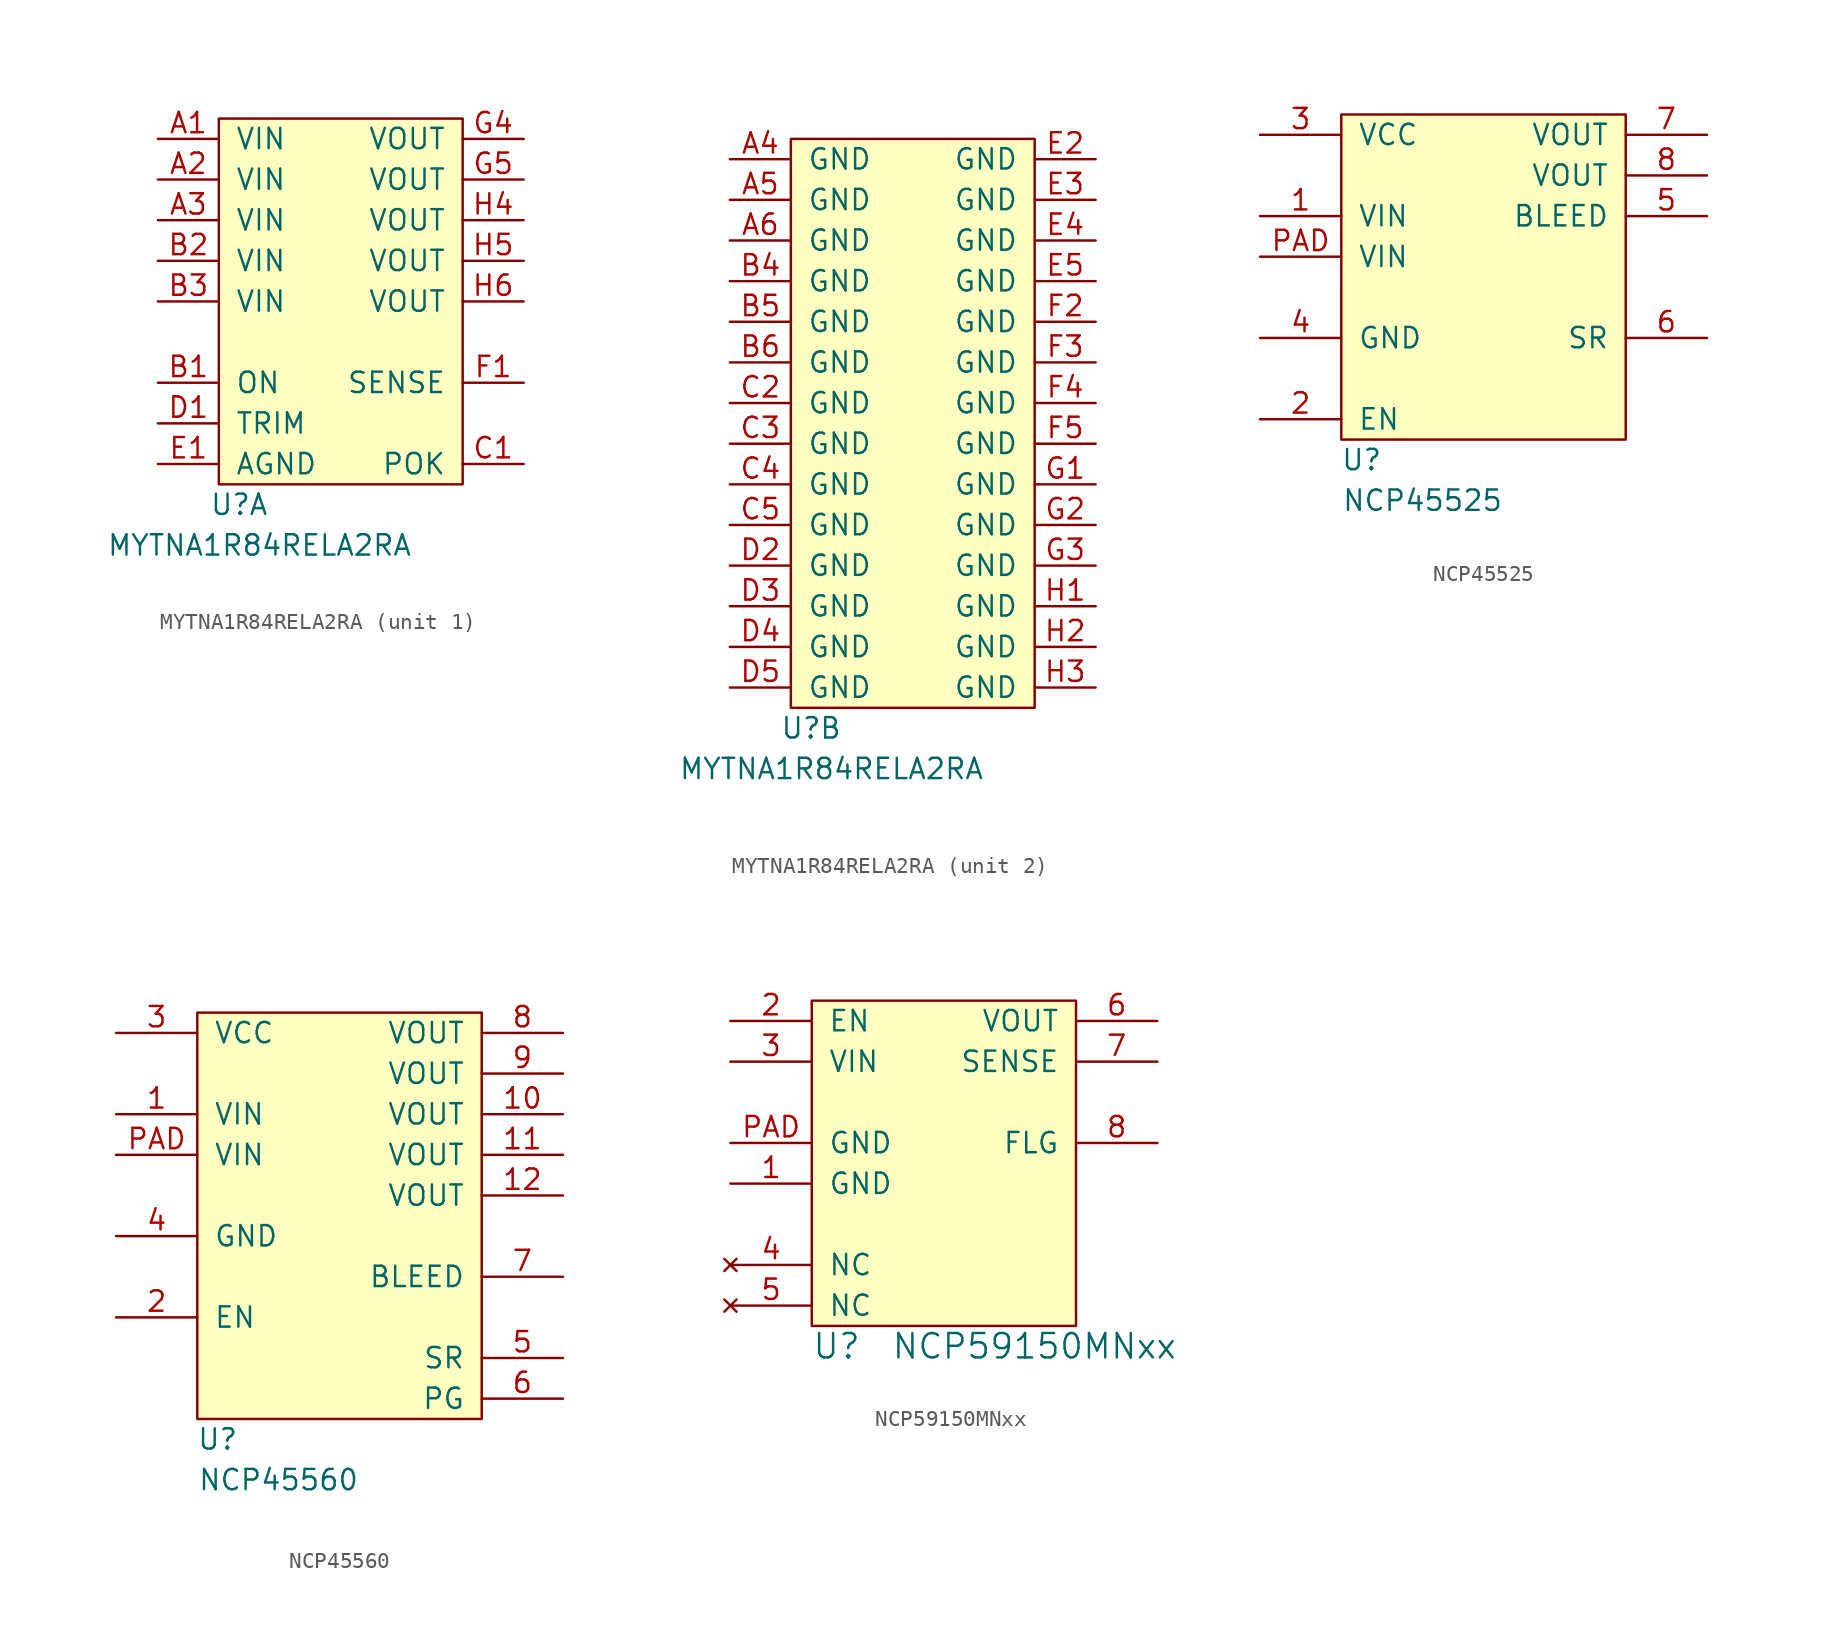
<source format=kicad_sym>
(kicad_symbol_lib
  (version 20231120)
  (generator "kicad_symbol_editor")
  (generator_version "8.0")
  (symbol "MYTNA1R84RELA2RA"
    (pin_names
      (offset 1.016))
    (property "Reference" "U"
      (at 1.27 -1.27 0)
      (effects (font (size 1.27 1.27))))
    (property "Value" "MYTNA1R84RELA2RA"
      (at 2.54 -3.81 0)
      (effects (font (size 1.27 1.27))))
    (property "ki_locked" ""
      (at 0 0 0)
      (effects (font (size 1.27 1.27))))
    (symbol "MYTNA1R84RELA2RA_1_1"
      (rectangle (start 0 22.86) (end 15.24 0) (stroke (width 0) (type default)) (fill (type background)))
      (pin power_in line (at -3.81 21.59 0) (length 3.81) (name "VIN" (effects (font (size 1.27 1.27)))) (number "A1" (effects (font (size 1.27 1.27)))))
      (pin power_in line (at -3.81 19.05 0) (length 3.81) (name "VIN" (effects (font (size 1.27 1.27)))) (number "A2" (effects (font (size 1.27 1.27)))))
      (pin power_in line (at -3.81 16.51 0) (length 3.81) (name "VIN" (effects (font (size 1.27 1.27)))) (number "A3" (effects (font (size 1.27 1.27)))))
      (pin input line (at -3.81 6.35 0) (length 3.81) (name "ON" (effects (font (size 1.27 1.27)))) (number "B1" (effects (font (size 1.27 1.27)))))
      (pin power_in line (at -3.81 13.97 0) (length 3.81) (name "VIN" (effects (font (size 1.27 1.27)))) (number "B2" (effects (font (size 1.27 1.27)))))
      (pin power_in line (at -3.81 11.43 0) (length 3.81) (name "VIN" (effects (font (size 1.27 1.27)))) (number "B3" (effects (font (size 1.27 1.27)))))
      (pin open_collector line (at 19.05 1.27 180) (length 3.81) (name "POK" (effects (font (size 1.27 1.27)))) (number "C1" (effects (font (size 1.27 1.27)))))
      (pin passive line (at -3.81 3.81 0) (length 3.81) (name "TRIM" (effects (font (size 1.27 1.27)))) (number "D1" (effects (font (size 1.27 1.27)))))
      (pin passive line (at -3.81 1.27 0) (length 3.81) (name "AGND" (effects (font (size 1.27 1.27)))) (number "E1" (effects (font (size 1.27 1.27)))))
      (pin input line (at 19.05 6.35 180) (length 3.81) (name "SENSE" (effects (font (size 1.27 1.27)))) (number "F1" (effects (font (size 1.27 1.27)))))
      (pin power_out line (at 19.05 21.59 180) (length 3.81) (name "VOUT" (effects (font (size 1.27 1.27)))) (number "G4" (effects (font (size 1.27 1.27)))))
      (pin power_in line (at 19.05 19.05 180) (length 3.81) (name "VOUT" (effects (font (size 1.27 1.27)))) (number "G5" (effects (font (size 1.27 1.27)))))
      (pin power_in line (at 19.05 16.51 180) (length 3.81) (name "VOUT" (effects (font (size 1.27 1.27)))) (number "H4" (effects (font (size 1.27 1.27)))))
      (pin power_in line (at 19.05 13.97 180) (length 3.81) (name "VOUT" (effects (font (size 1.27 1.27)))) (number "H5" (effects (font (size 1.27 1.27)))))
      (pin power_in line (at 19.05 11.43 180) (length 3.81) (name "VOUT" (effects (font (size 1.27 1.27)))) (number "H6" (effects (font (size 1.27 1.27))))))
    (symbol "MYTNA1R84RELA2RA_2_1"
      (rectangle (start 0 35.56) (end 15.24 0) (stroke (width 0) (type default)) (fill (type background)))
      (pin power_in line (at -3.81 34.29 0) (length 3.81) (name "GND" (effects (font (size 1.27 1.27)))) (number "A4" (effects (font (size 1.27 1.27)))))
      (pin power_in line (at -3.81 31.75 0) (length 3.81) (name "GND" (effects (font (size 1.27 1.27)))) (number "A5" (effects (font (size 1.27 1.27)))))
      (pin power_in line (at -3.81 29.21 0) (length 3.81) (name "GND" (effects (font (size 1.27 1.27)))) (number "A6" (effects (font (size 1.27 1.27)))))
      (pin power_in line (at -3.81 26.67 0) (length 3.81) (name "GND" (effects (font (size 1.27 1.27)))) (number "B4" (effects (font (size 1.27 1.27)))))
      (pin power_in line (at -3.81 24.13 0) (length 3.81) (name "GND" (effects (font (size 1.27 1.27)))) (number "B5" (effects (font (size 1.27 1.27)))))
      (pin power_in line (at -3.81 21.59 0) (length 3.81) (name "GND" (effects (font (size 1.27 1.27)))) (number "B6" (effects (font (size 1.27 1.27)))))
      (pin power_in line (at -3.81 19.05 0) (length 3.81) (name "GND" (effects (font (size 1.27 1.27)))) (number "C2" (effects (font (size 1.27 1.27)))))
      (pin power_in line (at -3.81 16.51 0) (length 3.81) (name "GND" (effects (font (size 1.27 1.27)))) (number "C3" (effects (font (size 1.27 1.27)))))
      (pin power_in line (at -3.81 13.97 0) (length 3.81) (name "GND" (effects (font (size 1.27 1.27)))) (number "C4" (effects (font (size 1.27 1.27)))))
      (pin power_in line (at -3.81 11.43 0) (length 3.81) (name "GND" (effects (font (size 1.27 1.27)))) (number "C5" (effects (font (size 1.27 1.27)))))
      (pin power_in line (at -3.81 8.89 0) (length 3.81) (name "GND" (effects (font (size 1.27 1.27)))) (number "D2" (effects (font (size 1.27 1.27)))))
      (pin power_in line (at -3.81 6.35 0) (length 3.81) (name "GND" (effects (font (size 1.27 1.27)))) (number "D3" (effects (font (size 1.27 1.27)))))
      (pin power_in line (at -3.81 3.81 0) (length 3.81) (name "GND" (effects (font (size 1.27 1.27)))) (number "D4" (effects (font (size 1.27 1.27)))))
      (pin power_in line (at -3.81 1.27 0) (length 3.81) (name "GND" (effects (font (size 1.27 1.27)))) (number "D5" (effects (font (size 1.27 1.27)))))
      (pin power_in line (at 19.05 34.29 180) (length 3.81) (name "GND" (effects (font (size 1.27 1.27)))) (number "E2" (effects (font (size 1.27 1.27)))))
      (pin power_in line (at 19.05 31.75 180) (length 3.81) (name "GND" (effects (font (size 1.27 1.27)))) (number "E3" (effects (font (size 1.27 1.27)))))
      (pin power_in line (at 19.05 29.21 180) (length 3.81) (name "GND" (effects (font (size 1.27 1.27)))) (number "E4" (effects (font (size 1.27 1.27)))))
      (pin power_in line (at 19.05 26.67 180) (length 3.81) (name "GND" (effects (font (size 1.27 1.27)))) (number "E5" (effects (font (size 1.27 1.27)))))
      (pin power_in line (at 19.05 24.13 180) (length 3.81) (name "GND" (effects (font (size 1.27 1.27)))) (number "F2" (effects (font (size 1.27 1.27)))))
      (pin power_in line (at 19.05 21.59 180) (length 3.81) (name "GND" (effects (font (size 1.27 1.27)))) (number "F3" (effects (font (size 1.27 1.27)))))
      (pin power_in line (at 19.05 19.05 180) (length 3.81) (name "GND" (effects (font (size 1.27 1.27)))) (number "F4" (effects (font (size 1.27 1.27)))))
      (pin power_in line (at 19.05 16.51 180) (length 3.81) (name "GND" (effects (font (size 1.27 1.27)))) (number "F5" (effects (font (size 1.27 1.27)))))
      (pin power_in line (at 19.05 13.97 180) (length 3.81) (name "GND" (effects (font (size 1.27 1.27)))) (number "G1" (effects (font (size 1.27 1.27)))))
      (pin power_in line (at 19.05 11.43 180) (length 3.81) (name "GND" (effects (font (size 1.27 1.27)))) (number "G2" (effects (font (size 1.27 1.27)))))
      (pin power_in line (at 19.05 8.89 180) (length 3.81) (name "GND" (effects (font (size 1.27 1.27)))) (number "G3" (effects (font (size 1.27 1.27)))))
      (pin power_in line (at 19.05 6.35 180) (length 3.81) (name "GND" (effects (font (size 1.27 1.27)))) (number "H1" (effects (font (size 1.27 1.27)))))
      (pin power_in line (at 19.05 3.81 180) (length 3.81) (name "GND" (effects (font (size 1.27 1.27)))) (number "H2" (effects (font (size 1.27 1.27)))))
      (pin power_in line (at 19.05 1.27 180) (length 3.81) (name "GND" (effects (font (size 1.27 1.27)))) (number "H3" (effects (font (size 1.27 1.27)))))))
  (symbol "NCP45525"
    (pin_names
      (offset 1.016))
    (property "Reference" "U"
      (at 1.27 -1.27 0)
      (effects (font (size 1.27 1.27))))
    (property "Value" "NCP45525"
      (at 5.08 -3.81 0)
      (effects (font (size 1.27 1.27))))
    (symbol "NCP45525_0_1"
      (rectangle (start 0 20.32) (end 17.78 0) (stroke (width 0) (type default)) (fill (type background))))
    (symbol "NCP45525_1_1"
      (pin power_in line (at -5.08 13.97 0) (length 5.08) (name "VIN" (effects (font (size 1.27 1.27)))) (number "1" (effects (font (size 1.27 1.27)))))
      (pin input line (at -5.08 1.27 0) (length 5.08) (name "EN" (effects (font (size 1.27 1.27)))) (number "2" (effects (font (size 1.27 1.27)))))
      (pin power_in line (at -5.08 19.05 0) (length 5.08) (name "VCC" (effects (font (size 1.27 1.27)))) (number "3" (effects (font (size 1.27 1.27)))))
      (pin power_in line (at -5.08 6.35 0) (length 5.08) (name "GND" (effects (font (size 1.27 1.27)))) (number "4" (effects (font (size 1.27 1.27)))))
      (pin passive line (at 22.86 13.97 180) (length 5.08) (name "BLEED" (effects (font (size 1.27 1.27)))) (number "5" (effects (font (size 1.27 1.27)))))
      (pin passive line (at 22.86 6.35 180) (length 5.08) (name "SR" (effects (font (size 1.27 1.27)))) (number "6" (effects (font (size 1.27 1.27)))))
      (pin power_out line (at 22.86 19.05 180) (length 5.08) (name "VOUT" (effects (font (size 1.27 1.27)))) (number "7" (effects (font (size 1.27 1.27)))))
      (pin power_in line (at 22.86 16.51 180) (length 5.08) (name "VOUT" (effects (font (size 1.27 1.27)))) (number "8" (effects (font (size 1.27 1.27)))))
      (pin power_in line (at -5.08 11.43 0) (length 5.08) (name "VIN" (effects (font (size 1.27 1.27)))) (number "PAD" (effects (font (size 1.27 1.27)))))))
  (symbol "NCP45560"
    (pin_names
      (offset 1.016))
    (property "Reference" "U"
      (at 1.27 -1.27 0)
      (effects (font (size 1.27 1.27))))
    (property "Value" "NCP45560"
      (at 5.08 -3.81 0)
      (effects (font (size 1.27 1.27))))
    (symbol "NCP45560_0_1"
      (rectangle (start 0 25.4) (end 17.78 0) (stroke (width 0) (type default)) (fill (type background))))
    (symbol "NCP45560_1_1"
      (pin power_in line (at -5.08 19.05 0) (length 5.08) (name "VIN" (effects (font (size 1.27 1.27)))) (number "1" (effects (font (size 1.27 1.27)))))
      (pin power_in line (at 22.86 19.05 180) (length 5.08) (name "VOUT" (effects (font (size 1.27 1.27)))) (number "10" (effects (font (size 1.27 1.27)))))
      (pin power_out line (at 22.86 16.51 180) (length 5.08) (name "VOUT" (effects (font (size 1.27 1.27)))) (number "11" (effects (font (size 1.27 1.27)))))
      (pin power_in line (at 22.86 13.97 180) (length 5.08) (name "VOUT" (effects (font (size 1.27 1.27)))) (number "12" (effects (font (size 1.27 1.27)))))
      (pin input line (at -5.08 6.35 0) (length 5.08) (name "EN" (effects (font (size 1.27 1.27)))) (number "2" (effects (font (size 1.27 1.27)))))
      (pin power_in line (at -5.08 24.13 0) (length 5.08) (name "VCC" (effects (font (size 1.27 1.27)))) (number "3" (effects (font (size 1.27 1.27)))))
      (pin power_in line (at -5.08 11.43 0) (length 5.08) (name "GND" (effects (font (size 1.27 1.27)))) (number "4" (effects (font (size 1.27 1.27)))))
      (pin passive line (at 22.86 3.81 180) (length 5.08) (name "SR" (effects (font (size 1.27 1.27)))) (number "5" (effects (font (size 1.27 1.27)))))
      (pin open_collector line (at 22.86 1.27 180) (length 5.08) (name "PG" (effects (font (size 1.27 1.27)))) (number "6" (effects (font (size 1.27 1.27)))))
      (pin passive line (at 22.86 8.89 180) (length 5.08) (name "BLEED" (effects (font (size 1.27 1.27)))) (number "7" (effects (font (size 1.27 1.27)))))
      (pin power_in line (at 22.86 24.13 180) (length 5.08) (name "VOUT" (effects (font (size 1.27 1.27)))) (number "8" (effects (font (size 1.27 1.27)))))
      (pin power_in line (at 22.86 21.59 180) (length 5.08) (name "VOUT" (effects (font (size 1.27 1.27)))) (number "9" (effects (font (size 1.27 1.27)))))
      (pin power_in line (at -5.08 16.51 0) (length 5.08) (name "VIN" (effects (font (size 1.27 1.27)))) (number "PAD" (effects (font (size 1.27 1.27)))))))
  (symbol "NCP59150MNxx"
    (pin_names
      (offset 1.016))
    (property "Reference" "U"
      (at -7.62 -2.54 0)
      (effects (font (size 1.524 1.524)) (justify left)))
    (property "Value" "NCP59150MNxx"
      (at 15.24 -2.54 0)
      (effects (font (size 1.524 1.524)) (justify right)))
    (property "Footprint" ""
      (at -2.54 0 0)
      (effects (font (size 1.524 1.524))))
    (property "Datasheet" ""
      (at -2.54 0 0)
      (effects (font (size 1.524 1.524))))
    (symbol "NCP59150MNxx_0_1"
      (rectangle (start -7.62 19.05) (end 8.89 -1.27) (stroke (width 0) (type default)) (fill (type background))))
    (symbol "NCP59150MNxx_1_1"
      (pin power_in line (at -12.7 7.62 0) (length 5.08) (name "GND" (effects (font (size 1.27 1.27)))) (number "1" (effects (font (size 1.27 1.27)))))
      (pin input line (at -12.7 17.78 0) (length 5.08) (name "EN" (effects (font (size 1.27 1.27)))) (number "2" (effects (font (size 1.27 1.27)))))
      (pin power_in line (at -12.7 15.24 0) (length 5.08) (name "VIN" (effects (font (size 1.27 1.27)))) (number "3" (effects (font (size 1.27 1.27)))))
      (pin no_connect line (at -12.7 2.54 0) (length 5.08) (name "NC" (effects (font (size 1.27 1.27)))) (number "4" (effects (font (size 1.27 1.27)))))
      (pin no_connect line (at -12.7 0 0) (length 5.08) (name "NC" (effects (font (size 1.27 1.27)))) (number "5" (effects (font (size 1.27 1.27)))))
      (pin power_out line (at 13.97 17.78 180) (length 5.08) (name "VOUT" (effects (font (size 1.27 1.27)))) (number "6" (effects (font (size 1.27 1.27)))))
      (pin input line (at 13.97 15.24 180) (length 5.08) (name "SENSE" (effects (font (size 1.27 1.27)))) (number "7" (effects (font (size 1.27 1.27)))))
      (pin open_collector line (at 13.97 10.16 180) (length 5.08) (name "FLG" (effects (font (size 1.27 1.27)))) (number "8" (effects (font (size 1.27 1.27)))))
      (pin power_in line (at -12.7 10.16 0) (length 5.08) (name "GND" (effects (font (size 1.27 1.27)))) (number "PAD" (effects (font (size 1.27 1.27))))))))
</source>
